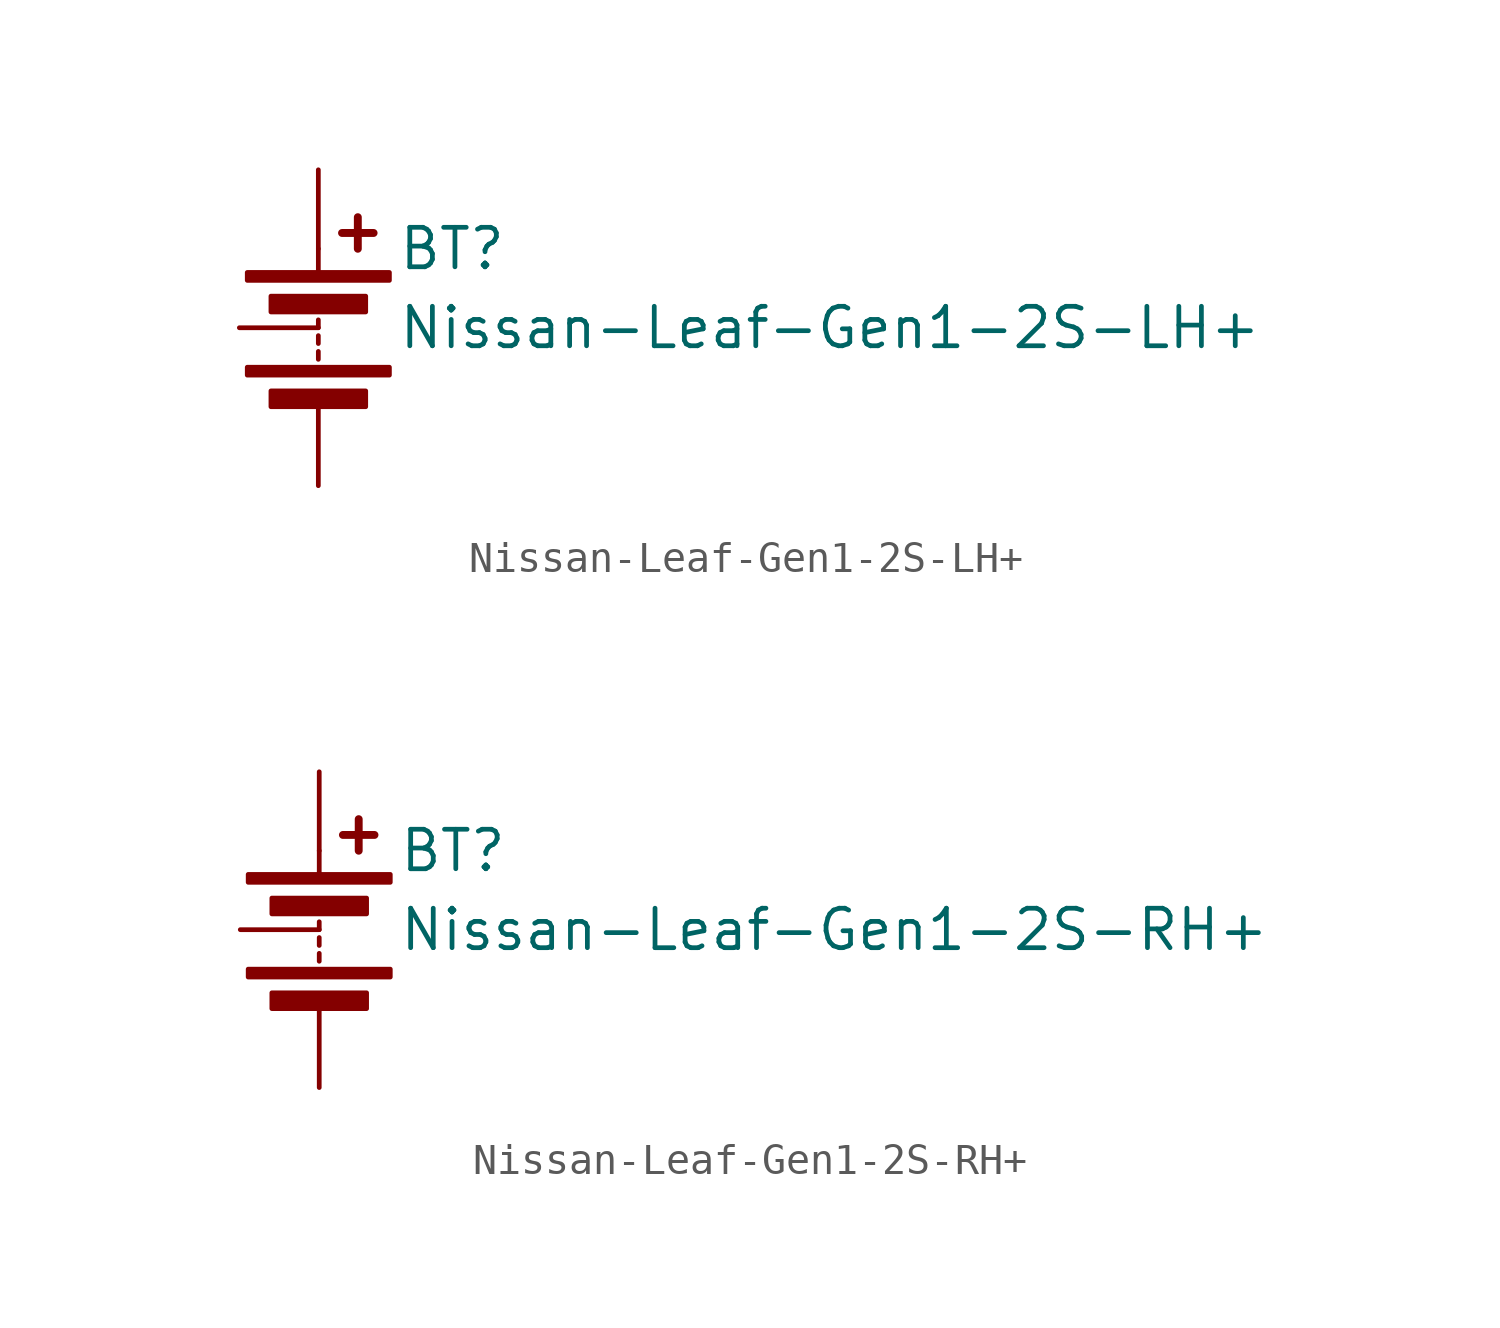
<source format=kicad_sym>
(kicad_symbol_lib
  (version 20241209)
  (generator "kicad_symbol_editor")
  (generator_version "9.0")
  (symbol "Nissan-Leaf-Gen1-2S-LH+"
    (pin_numbers
      (hide yes))
    (pin_names
      (offset 0)
      (hide yes))
    (property "Reference" "BT"
      (at 2.54 2.54 0)
      (effects (font (size 1.27 1.27)) (justify left)))
    (property "Value" "Nissan-Leaf-Gen1-2S-LH+"
      (at 2.54 0 0)
      (effects (font (size 1.27 1.27)) (justify left)))
    (symbol "Nissan-Leaf-Gen1-2S-LH+_0_1"
      (rectangle (start -2.286 1.778) (end 2.286 1.524) (stroke (width 0) (type default)) (fill (type outline)))
      (rectangle (start -2.286 -1.27) (end 2.286 -1.524) (stroke (width 0) (type default)) (fill (type outline)))
      (rectangle (start -1.524 1.016) (end 1.524 0.508) (stroke (width 0) (type default)) (fill (type outline)))
      (rectangle (start -1.524 -2.032) (end 1.524 -2.54) (stroke (width 0) (type default)) (fill (type outline)))
      (polyline (pts (xy 0 1.778) (xy 0 2.54)) (stroke (width 0) (type default)) (fill (type none)))
      (polyline (pts (xy 0 0) (xy 0 0.254)) (stroke (width 0) (type default)) (fill (type none)))
      (polyline (pts (xy 0 -0.508) (xy 0 -0.254)) (stroke (width 0) (type default)) (fill (type none)))
      (polyline (pts (xy 0 -1.016) (xy 0 -0.762)) (stroke (width 0) (type default)) (fill (type none)))
      (polyline (pts (xy 0.762 3.048) (xy 1.778 3.048)) (stroke (width 0.254) (type default)) (fill (type none)))
      (polyline (pts (xy 1.27 3.556) (xy 1.27 2.54)) (stroke (width 0.254) (type default)) (fill (type none))))
    (symbol "Nissan-Leaf-Gen1-2S-LH+_1_1"
      (pin passive line (at -2.54 0 0) (length 2.54) (name "-" (effects (font (size 1.27 1.27)))) (number "2" (effects (font (size 1.27 1.27)))))
      (pin passive line (at 0 5.08 270) (length 2.54) (name "+" (effects (font (size 1.27 1.27)))) (number "1" (effects (font (size 1.27 1.27)))))
      (pin passive line (at 0 -5.08 90) (length 2.54) (name "-" (effects (font (size 1.27 1.27)))) (number "3" (effects (font (size 1.27 1.27)))))))
  (symbol "Nissan-Leaf-Gen1-2S-RH+"
    (pin_numbers
      (hide yes))
    (pin_names
      (offset 0)
      (hide yes))
    (property "Reference" "BT"
      (at 2.54 2.54 0)
      (effects (font (size 1.27 1.27)) (justify left)))
    (property "Value" "Nissan-Leaf-Gen1-2S-RH+"
      (at 2.54 0 0)
      (effects (font (size 1.27 1.27)) (justify left)))
    (symbol "Nissan-Leaf-Gen1-2S-RH+_0_1"
      (rectangle (start -2.286 1.778) (end 2.286 1.524) (stroke (width 0) (type default)) (fill (type outline)))
      (rectangle (start -2.286 -1.27) (end 2.286 -1.524) (stroke (width 0) (type default)) (fill (type outline)))
      (rectangle (start -1.524 1.016) (end 1.524 0.508) (stroke (width 0) (type default)) (fill (type outline)))
      (rectangle (start -1.524 -2.032) (end 1.524 -2.54) (stroke (width 0) (type default)) (fill (type outline)))
      (polyline (pts (xy 0 1.778) (xy 0 2.54)) (stroke (width 0) (type default)) (fill (type none)))
      (polyline (pts (xy 0 0) (xy 0 0.254)) (stroke (width 0) (type default)) (fill (type none)))
      (polyline (pts (xy 0 -0.508) (xy 0 -0.254)) (stroke (width 0) (type default)) (fill (type none)))
      (polyline (pts (xy 0 -1.016) (xy 0 -0.762)) (stroke (width 0) (type default)) (fill (type none)))
      (polyline (pts (xy 0.762 3.048) (xy 1.778 3.048)) (stroke (width 0.254) (type default)) (fill (type none)))
      (polyline (pts (xy 1.27 3.556) (xy 1.27 2.54)) (stroke (width 0.254) (type default)) (fill (type none))))
    (symbol "Nissan-Leaf-Gen1-2S-RH+_1_1"
      (pin passive line (at -2.54 0 0) (length 2.54) (name "-" (effects (font (size 1.27 1.27)))) (number "2" (effects (font (size 1.27 1.27)))))
      (pin passive line (at 0 5.08 270) (length 2.54) (name "+" (effects (font (size 1.27 1.27)))) (number "1" (effects (font (size 1.27 1.27)))))
      (pin passive line (at 0 -5.08 90) (length 2.54) (name "-" (effects (font (size 1.27 1.27)))) (number "3" (effects (font (size 1.27 1.27))))))))
</source>
